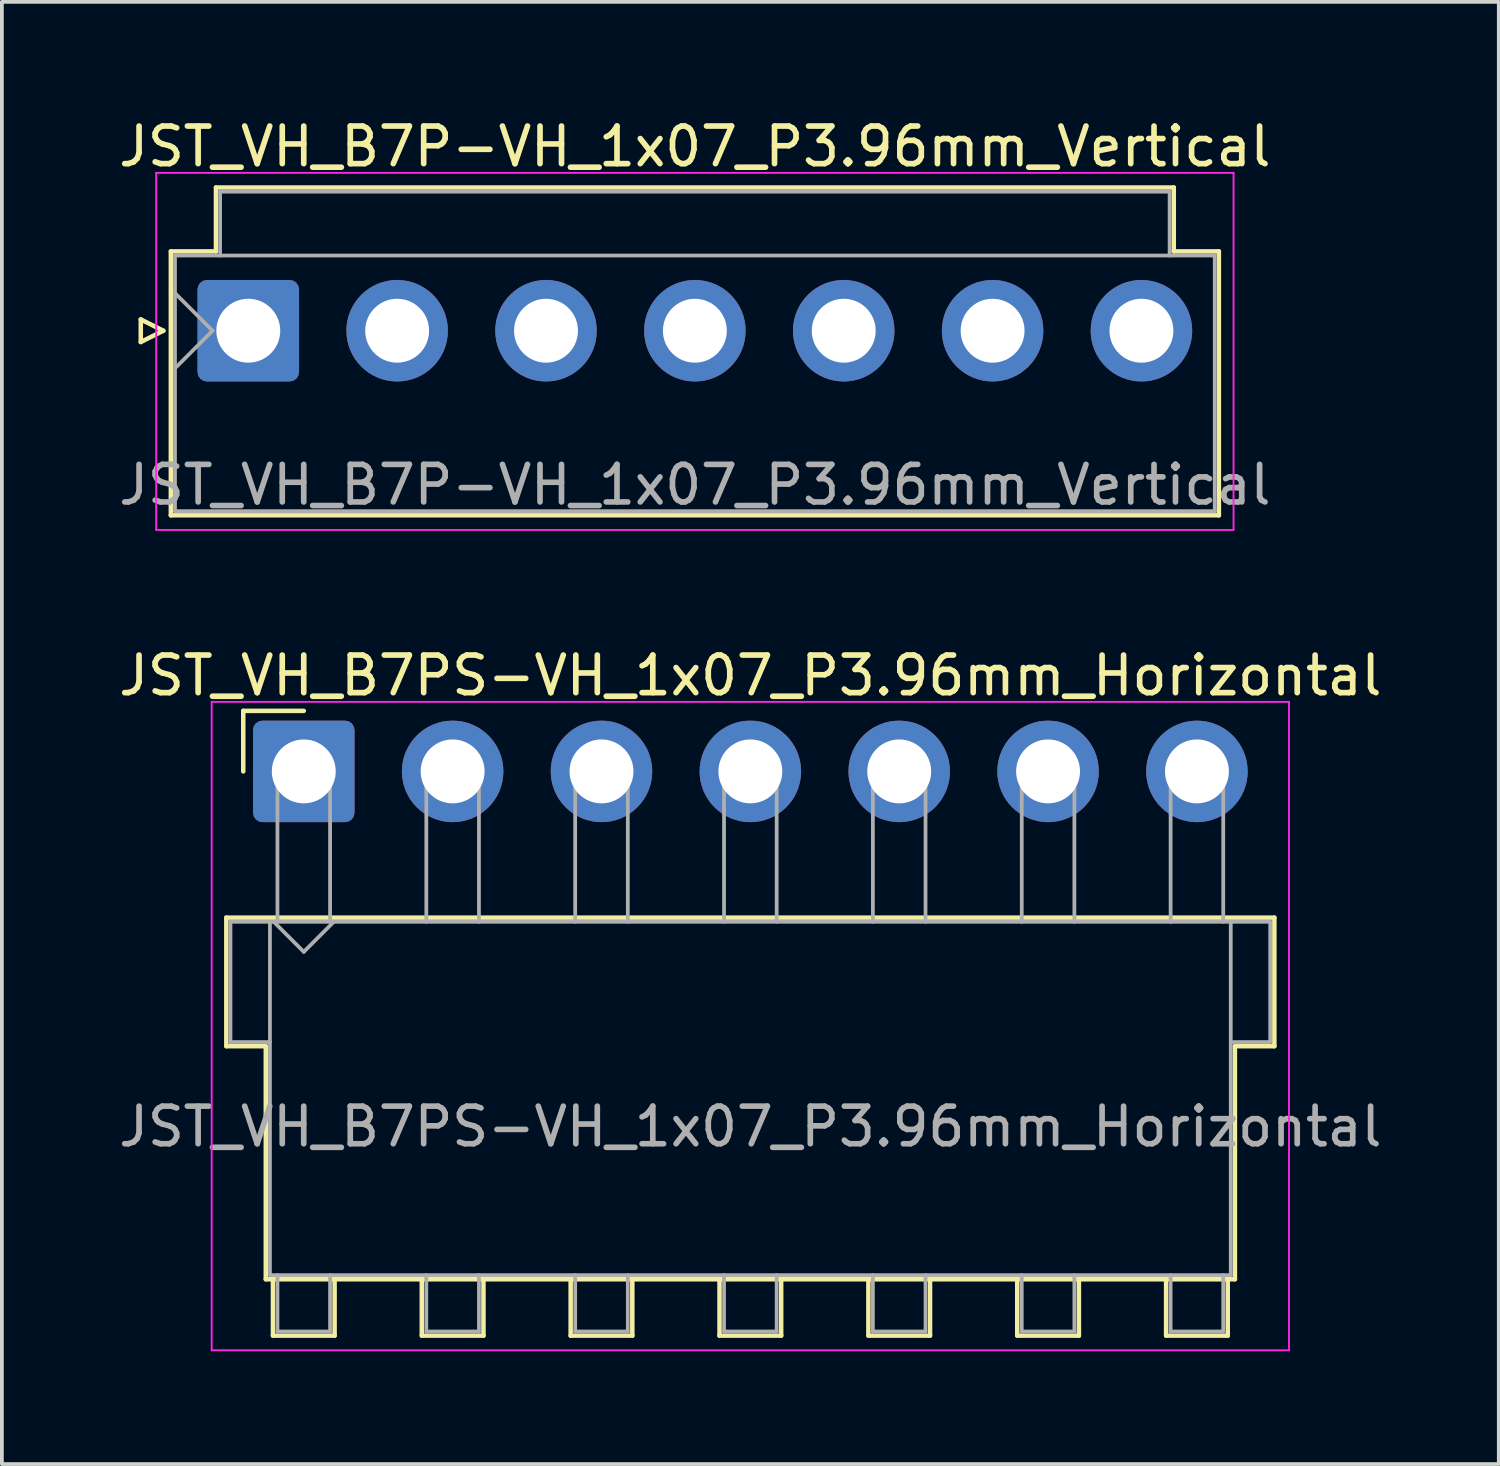
<source format=kicad_pcb>
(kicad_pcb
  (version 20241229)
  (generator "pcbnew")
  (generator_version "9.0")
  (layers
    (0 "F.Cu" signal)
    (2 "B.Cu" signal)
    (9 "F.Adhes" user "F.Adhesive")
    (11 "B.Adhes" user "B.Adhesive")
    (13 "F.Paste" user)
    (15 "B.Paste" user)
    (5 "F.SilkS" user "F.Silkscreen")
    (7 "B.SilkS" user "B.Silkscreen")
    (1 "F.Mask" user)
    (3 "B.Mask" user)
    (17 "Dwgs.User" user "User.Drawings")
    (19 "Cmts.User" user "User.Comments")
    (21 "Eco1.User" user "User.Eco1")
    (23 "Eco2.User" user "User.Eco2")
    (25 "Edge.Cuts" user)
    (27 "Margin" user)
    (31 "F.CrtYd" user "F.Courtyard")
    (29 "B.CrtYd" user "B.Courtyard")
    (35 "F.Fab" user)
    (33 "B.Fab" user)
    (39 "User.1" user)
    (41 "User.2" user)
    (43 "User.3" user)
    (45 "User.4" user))
  (footprint "JST_VH_B7P-VH_1x07_P3.96mm_Vertical"
    (layer "F.Cu")
    (at 3.555 5.748)
    (property "Reference" "JST_VH_B7P-VH_1x07_P3.96mm_Vertical" (at 11.88 -4.9 0) (layer "F.SilkS") (effects (font (size 1 1) (thickness 0.15))))
    (attr through_hole)
    (fp_line (start -2.86 -0.3) (end -2.26 0) (stroke (width 0.12) (type solid)) (layer "F.SilkS"))
    (fp_line (start -2.86 0.3) (end -2.86 -0.3) (stroke (width 0.12) (type solid)) (layer "F.SilkS"))
    (fp_line (start -2.26 0) (end -2.86 0.3) (stroke (width 0.12) (type solid)) (layer "F.SilkS"))
    (fp_line (start -2.06 -2.11) (end -0.86 -2.11) (stroke (width 0.12) (type solid)) (layer "F.SilkS"))
    (fp_line (start -2.06 4.91) (end -2.06 -2.11) (stroke (width 0.12) (type solid)) (layer "F.SilkS"))
    (fp_line (start -0.86 -3.81) (end 24.62 -3.81) (stroke (width 0.12) (type solid)) (layer "F.SilkS"))
    (fp_line (start -0.86 -2.11) (end -0.86 -3.81) (stroke (width 0.12) (type solid)) (layer "F.SilkS"))
    (fp_line (start 24.62 -3.81) (end 24.62 -2.11) (stroke (width 0.12) (type solid)) (layer "F.SilkS"))
    (fp_line (start 24.62 -2.11) (end 25.82 -2.11) (stroke (width 0.12) (type solid)) (layer "F.SilkS"))
    (fp_line (start 25.82 -2.11) (end 25.82 4.91) (stroke (width 0.12) (type solid)) (layer "F.SilkS"))
    (fp_line (start 25.82 4.91) (end -2.06 4.91) (stroke (width 0.12) (type solid)) (layer "F.SilkS"))
    (fp_line (start -2.45 -4.2) (end -2.45 5.3) (stroke (width 0.05) (type solid)) (layer "F.CrtYd"))
    (fp_line (start -2.45 5.3) (end 26.21 5.3) (stroke (width 0.05) (type solid)) (layer "F.CrtYd"))
    (fp_line (start 26.21 -4.2) (end -2.45 -4.2) (stroke (width 0.05) (type solid)) (layer "F.CrtYd"))
    (fp_line (start 26.21 5.3) (end 26.21 -4.2) (stroke (width 0.05) (type solid)) (layer "F.CrtYd"))
    (fp_line (start -1.95 -2) (end -1.95 4.8) (stroke (width 0.1) (type solid)) (layer "F.Fab"))
    (fp_line (start -1.95 -1) (end -0.95 0) (stroke (width 0.1) (type solid)) (layer "F.Fab"))
    (fp_line (start -1.95 1) (end -0.95 0) (stroke (width 0.1) (type solid)) (layer "F.Fab"))
    (fp_line (start -1.95 4.8) (end 25.71 4.8) (stroke (width 0.1) (type solid)) (layer "F.Fab"))
    (fp_line (start -0.75 -3.7) (end 24.51 -3.7) (stroke (width 0.1) (type solid)) (layer "F.Fab"))
    (fp_line (start -0.75 -2) (end -0.75 -3.7) (stroke (width 0.1) (type solid)) (layer "F.Fab"))
    (fp_line (start 24.51 -3.7) (end 24.51 -2) (stroke (width 0.1) (type solid)) (layer "F.Fab"))
    (fp_line (start 25.71 -2) (end -1.95 -2) (stroke (width 0.1) (type solid)) (layer "F.Fab"))
    (fp_line (start 25.71 4.8) (end 25.71 -2) (stroke (width 0.1) (type solid)) (layer "F.Fab"))
    (fp_text user "${REFERENCE}" (at 11.88 4.1 0) (layer "F.Fab") (effects (font (size 1 1) (thickness 0.15))))
    (pad "1" thru_hole roundrect (at 0 0) (size 2.7 2.7) (drill 1.7) (layers "*.Cu" "*.Mask") (roundrect_rratio 0.093))
    (pad "2" thru_hole circle (at 3.96 0) (size 2.7 2.7) (drill 1.7) (layers "*.Cu" "*.Mask"))
    (pad "3" thru_hole circle (at 7.92 0) (size 2.7 2.7) (drill 1.7) (layers "*.Cu" "*.Mask"))
    (pad "4" thru_hole circle (at 11.88 0) (size 2.7 2.7) (drill 1.7) (layers "*.Cu" "*.Mask"))
    (pad "5" thru_hole circle (at 15.84 0) (size 2.7 2.7) (drill 1.7) (layers "*.Cu" "*.Mask"))
    (pad "6" thru_hole circle (at 19.8 0) (size 2.7 2.7) (drill 1.7) (layers "*.Cu" "*.Mask"))
    (pad "7" thru_hole circle (at 23.76 0) (size 2.7 2.7) (drill 1.7) (layers "*.Cu" "*.Mask")))
  (footprint "JST_VH_B7PS-VH_1x07_P3.96mm_Horizontal"
    (layer "F.Cu")
    (at 5.031 17.471)
    (property "Reference" "JST_VH_B7PS-VH_1x07_P3.96mm_Horizontal" (at 11.88 -2.55 0) (layer "F.SilkS") (effects (font (size 1 1) (thickness 0.15))))
    (attr through_hole)
    (fp_line (start -2.06 3.89) (end 25.82 3.89) (stroke (width 0.12) (type solid)) (layer "F.SilkS"))
    (fp_line (start -2.06 7.31) (end -2.06 3.89) (stroke (width 0.12) (type solid)) (layer "F.SilkS"))
    (fp_line (start -1.61 -1.61) (end -1.61 0) (stroke (width 0.12) (type solid)) (layer "F.SilkS"))
    (fp_line (start -1.01 7.31) (end -2.06 7.31) (stroke (width 0.12) (type solid)) (layer "F.SilkS"))
    (fp_line (start -1.01 13.51) (end -1.01 7.31) (stroke (width 0.12) (type solid)) (layer "F.SilkS"))
    (fp_line (start -0.82 13.51) (end -0.82 15.01) (stroke (width 0.12) (type solid)) (layer "F.SilkS"))
    (fp_line (start -0.82 15.01) (end 0.82 15.01) (stroke (width 0.12) (type solid)) (layer "F.SilkS"))
    (fp_line (start 0 -1.61) (end -1.61 -1.61) (stroke (width 0.12) (type solid)) (layer "F.SilkS"))
    (fp_line (start 0.82 15.01) (end 0.82 13.51) (stroke (width 0.12) (type solid)) (layer "F.SilkS"))
    (fp_line (start 3.14 13.51) (end 3.14 15.01) (stroke (width 0.12) (type solid)) (layer "F.SilkS"))
    (fp_line (start 3.14 15.01) (end 4.78 15.01) (stroke (width 0.12) (type solid)) (layer "F.SilkS"))
    (fp_line (start 4.78 15.01) (end 4.78 13.51) (stroke (width 0.12) (type solid)) (layer "F.SilkS"))
    (fp_line (start 7.1 13.51) (end 7.1 15.01) (stroke (width 0.12) (type solid)) (layer "F.SilkS"))
    (fp_line (start 7.1 15.01) (end 8.74 15.01) (stroke (width 0.12) (type solid)) (layer "F.SilkS"))
    (fp_line (start 8.74 15.01) (end 8.74 13.51) (stroke (width 0.12) (type solid)) (layer "F.SilkS"))
    (fp_line (start 11.06 13.51) (end 11.06 15.01) (stroke (width 0.12) (type solid)) (layer "F.SilkS"))
    (fp_line (start 11.06 15.01) (end 12.7 15.01) (stroke (width 0.12) (type solid)) (layer "F.SilkS"))
    (fp_line (start 12.7 15.01) (end 12.7 13.51) (stroke (width 0.12) (type solid)) (layer "F.SilkS"))
    (fp_line (start 15.02 13.51) (end 15.02 15.01) (stroke (width 0.12) (type solid)) (layer "F.SilkS"))
    (fp_line (start 15.02 15.01) (end 16.66 15.01) (stroke (width 0.12) (type solid)) (layer "F.SilkS"))
    (fp_line (start 16.66 15.01) (end 16.66 13.51) (stroke (width 0.12) (type solid)) (layer "F.SilkS"))
    (fp_line (start 18.98 13.51) (end 18.98 15.01) (stroke (width 0.12) (type solid)) (layer "F.SilkS"))
    (fp_line (start 18.98 15.01) (end 20.62 15.01) (stroke (width 0.12) (type solid)) (layer "F.SilkS"))
    (fp_line (start 20.62 15.01) (end 20.62 13.51) (stroke (width 0.12) (type solid)) (layer "F.SilkS"))
    (fp_line (start 22.94 13.51) (end 22.94 15.01) (stroke (width 0.12) (type solid)) (layer "F.SilkS"))
    (fp_line (start 22.94 15.01) (end 24.58 15.01) (stroke (width 0.12) (type solid)) (layer "F.SilkS"))
    (fp_line (start 24.58 15.01) (end 24.58 13.51) (stroke (width 0.12) (type solid)) (layer "F.SilkS"))
    (fp_line (start 24.77 7.31) (end 24.77 13.51) (stroke (width 0.12) (type solid)) (layer "F.SilkS"))
    (fp_line (start 24.77 13.51) (end -1.01 13.51) (stroke (width 0.12) (type solid)) (layer "F.SilkS"))
    (fp_line (start 25.82 3.89) (end 25.82 7.31) (stroke (width 0.12) (type solid)) (layer "F.SilkS"))
    (fp_line (start 25.82 7.31) (end 24.77 7.31) (stroke (width 0.12) (type solid)) (layer "F.SilkS"))
    (fp_line (start -2.45 -1.85) (end -2.45 15.4) (stroke (width 0.05) (type solid)) (layer "F.CrtYd"))
    (fp_line (start -2.45 15.4) (end 26.21 15.4) (stroke (width 0.05) (type solid)) (layer "F.CrtYd"))
    (fp_line (start 26.21 -1.85) (end -2.45 -1.85) (stroke (width 0.05) (type solid)) (layer "F.CrtYd"))
    (fp_line (start 26.21 15.4) (end 26.21 -1.85) (stroke (width 0.05) (type solid)) (layer "F.CrtYd"))
    (fp_line (start -1.95 4) (end -0.9 4) (stroke (width 0.1) (type solid)) (layer "F.Fab"))
    (fp_line (start -1.95 7.2) (end -1.95 4) (stroke (width 0.1) (type solid)) (layer "F.Fab"))
    (fp_line (start -0.9 4) (end -0.9 13.4) (stroke (width 0.1) (type solid)) (layer "F.Fab"))
    (fp_line (start -0.9 7.2) (end -1.95 7.2) (stroke (width 0.1) (type solid)) (layer "F.Fab"))
    (fp_line (start -0.9 13.4) (end 24.66 13.4) (stroke (width 0.1) (type solid)) (layer "F.Fab"))
    (fp_line (start -0.8 4) (end 0 4.8) (stroke (width 0.1) (type solid)) (layer "F.Fab"))
    (fp_line (start -0.7 0) (end 0.7 0) (stroke (width 0.1) (type solid)) (layer "F.Fab"))
    (fp_line (start -0.7 4) (end -0.7 0) (stroke (width 0.1) (type solid)) (layer "F.Fab"))
    (fp_line (start -0.7 13.4) (end -0.7 14.9) (stroke (width 0.1) (type solid)) (layer "F.Fab"))
    (fp_line (start -0.7 14.9) (end 0.7 14.9) (stroke (width 0.1) (type solid)) (layer "F.Fab"))
    (fp_line (start 0 4.8) (end 0.8 4) (stroke (width 0.1) (type solid)) (layer "F.Fab"))
    (fp_line (start 0.7 0) (end 0.7 4) (stroke (width 0.1) (type solid)) (layer "F.Fab"))
    (fp_line (start 0.7 14.9) (end 0.7 13.4) (stroke (width 0.1) (type solid)) (layer "F.Fab"))
    (fp_line (start 3.26 0) (end 4.66 0) (stroke (width 0.1) (type solid)) (layer "F.Fab"))
    (fp_line (start 3.26 4) (end 3.26 0) (stroke (width 0.1) (type solid)) (layer "F.Fab"))
    (fp_line (start 3.26 13.4) (end 3.26 14.9) (stroke (width 0.1) (type solid)) (layer "F.Fab"))
    (fp_line (start 3.26 14.9) (end 4.66 14.9) (stroke (width 0.1) (type solid)) (layer "F.Fab"))
    (fp_line (start 4.66 0) (end 4.66 4) (stroke (width 0.1) (type solid)) (layer "F.Fab"))
    (fp_line (start 4.66 14.9) (end 4.66 13.4) (stroke (width 0.1) (type solid)) (layer "F.Fab"))
    (fp_line (start 7.22 0) (end 8.62 0) (stroke (width 0.1) (type solid)) (layer "F.Fab"))
    (fp_line (start 7.22 4) (end 7.22 0) (stroke (width 0.1) (type solid)) (layer "F.Fab"))
    (fp_line (start 7.22 13.4) (end 7.22 14.9) (stroke (width 0.1) (type solid)) (layer "F.Fab"))
    (fp_line (start 7.22 14.9) (end 8.62 14.9) (stroke (width 0.1) (type solid)) (layer "F.Fab"))
    (fp_line (start 8.62 0) (end 8.62 4) (stroke (width 0.1) (type solid)) (layer "F.Fab"))
    (fp_line (start 8.62 14.9) (end 8.62 13.4) (stroke (width 0.1) (type solid)) (layer "F.Fab"))
    (fp_line (start 11.18 0) (end 12.58 0) (stroke (width 0.1) (type solid)) (layer "F.Fab"))
    (fp_line (start 11.18 4) (end 11.18 0) (stroke (width 0.1) (type solid)) (layer "F.Fab"))
    (fp_line (start 11.18 13.4) (end 11.18 14.9) (stroke (width 0.1) (type solid)) (layer "F.Fab"))
    (fp_line (start 11.18 14.9) (end 12.58 14.9) (stroke (width 0.1) (type solid)) (layer "F.Fab"))
    (fp_line (start 12.58 0) (end 12.58 4) (stroke (width 0.1) (type solid)) (layer "F.Fab"))
    (fp_line (start 12.58 14.9) (end 12.58 13.4) (stroke (width 0.1) (type solid)) (layer "F.Fab"))
    (fp_line (start 15.14 0) (end 16.54 0) (stroke (width 0.1) (type solid)) (layer "F.Fab"))
    (fp_line (start 15.14 4) (end 15.14 0) (stroke (width 0.1) (type solid)) (layer "F.Fab"))
    (fp_line (start 15.14 13.4) (end 15.14 14.9) (stroke (width 0.1) (type solid)) (layer "F.Fab"))
    (fp_line (start 15.14 14.9) (end 16.54 14.9) (stroke (width 0.1) (type solid)) (layer "F.Fab"))
    (fp_line (start 16.54 0) (end 16.54 4) (stroke (width 0.1) (type solid)) (layer "F.Fab"))
    (fp_line (start 16.54 14.9) (end 16.54 13.4) (stroke (width 0.1) (type solid)) (layer "F.Fab"))
    (fp_line (start 19.1 0) (end 20.5 0) (stroke (width 0.1) (type solid)) (layer "F.Fab"))
    (fp_line (start 19.1 4) (end 19.1 0) (stroke (width 0.1) (type solid)) (layer "F.Fab"))
    (fp_line (start 19.1 13.4) (end 19.1 14.9) (stroke (width 0.1) (type solid)) (layer "F.Fab"))
    (fp_line (start 19.1 14.9) (end 20.5 14.9) (stroke (width 0.1) (type solid)) (layer "F.Fab"))
    (fp_line (start 20.5 0) (end 20.5 4) (stroke (width 0.1) (type solid)) (layer "F.Fab"))
    (fp_line (start 20.5 14.9) (end 20.5 13.4) (stroke (width 0.1) (type solid)) (layer "F.Fab"))
    (fp_line (start 23.06 0) (end 24.46 0) (stroke (width 0.1) (type solid)) (layer "F.Fab"))
    (fp_line (start 23.06 4) (end 23.06 0) (stroke (width 0.1) (type solid)) (layer "F.Fab"))
    (fp_line (start 23.06 13.4) (end 23.06 14.9) (stroke (width 0.1) (type solid)) (layer "F.Fab"))
    (fp_line (start 23.06 14.9) (end 24.46 14.9) (stroke (width 0.1) (type solid)) (layer "F.Fab"))
    (fp_line (start 24.46 0) (end 24.46 4) (stroke (width 0.1) (type solid)) (layer "F.Fab"))
    (fp_line (start 24.46 14.9) (end 24.46 13.4) (stroke (width 0.1) (type solid)) (layer "F.Fab"))
    (fp_line (start 24.66 4) (end -0.9 4) (stroke (width 0.1) (type solid)) (layer "F.Fab"))
    (fp_line (start 24.66 4) (end 25.71 4) (stroke (width 0.1) (type solid)) (layer "F.Fab"))
    (fp_line (start 24.66 13.4) (end 24.66 4) (stroke (width 0.1) (type solid)) (layer "F.Fab"))
    (fp_line (start 25.71 4) (end 25.71 7.2) (stroke (width 0.1) (type solid)) (layer "F.Fab"))
    (fp_line (start 25.71 7.2) (end 24.66 7.2) (stroke (width 0.1) (type solid)) (layer "F.Fab"))
    (fp_text user "${REFERENCE}" (at 11.88 9.45 0) (layer "F.Fab") (effects (font (size 1 1) (thickness 0.15))))
    (pad "1" thru_hole roundrect (at 0 0) (size 2.7 2.7) (drill 1.7) (layers "*.Cu" "*.Mask") (roundrect_rratio 0.093))
    (pad "2" thru_hole circle (at 3.96 0) (size 2.7 2.7) (drill 1.7) (layers "*.Cu" "*.Mask"))
    (pad "3" thru_hole circle (at 7.92 0) (size 2.7 2.7) (drill 1.7) (layers "*.Cu" "*.Mask"))
    (pad "4" thru_hole circle (at 11.88 0) (size 2.7 2.7) (drill 1.7) (layers "*.Cu" "*.Mask"))
    (pad "5" thru_hole circle (at 15.84 0) (size 2.7 2.7) (drill 1.7) (layers "*.Cu" "*.Mask"))
    (pad "6" thru_hole circle (at 19.8 0) (size 2.7 2.7) (drill 1.7) (layers "*.Cu" "*.Mask"))
    (pad "7" thru_hole circle (at 23.76 0) (size 2.7 2.7) (drill 1.7) (layers "*.Cu" "*.Mask")))
  (gr_rect
    (start -3 -3)
    (end 36.821 35.897)
    (stroke (width 0.1) (type default))
    (fill no)
    (layer "Edge.Cuts")))
</source>
